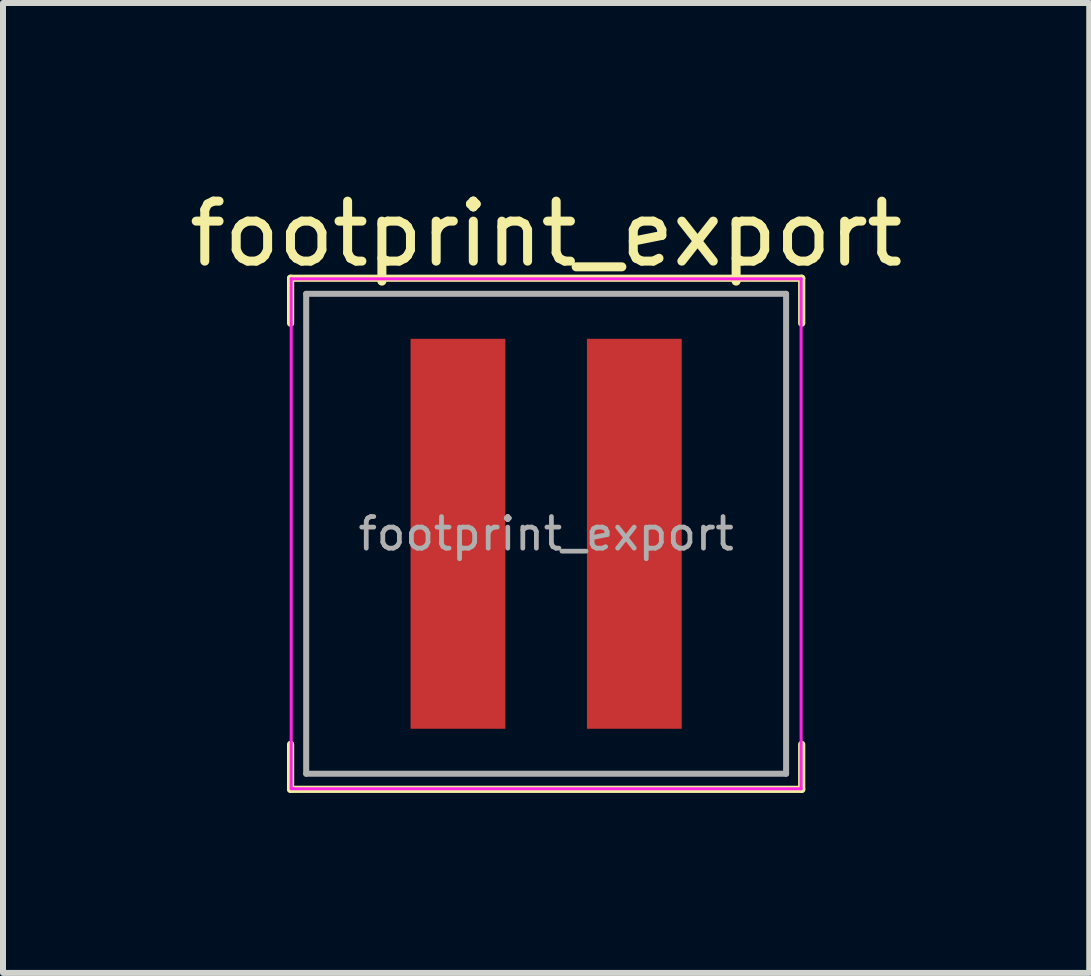
<source format=kicad_pcb>
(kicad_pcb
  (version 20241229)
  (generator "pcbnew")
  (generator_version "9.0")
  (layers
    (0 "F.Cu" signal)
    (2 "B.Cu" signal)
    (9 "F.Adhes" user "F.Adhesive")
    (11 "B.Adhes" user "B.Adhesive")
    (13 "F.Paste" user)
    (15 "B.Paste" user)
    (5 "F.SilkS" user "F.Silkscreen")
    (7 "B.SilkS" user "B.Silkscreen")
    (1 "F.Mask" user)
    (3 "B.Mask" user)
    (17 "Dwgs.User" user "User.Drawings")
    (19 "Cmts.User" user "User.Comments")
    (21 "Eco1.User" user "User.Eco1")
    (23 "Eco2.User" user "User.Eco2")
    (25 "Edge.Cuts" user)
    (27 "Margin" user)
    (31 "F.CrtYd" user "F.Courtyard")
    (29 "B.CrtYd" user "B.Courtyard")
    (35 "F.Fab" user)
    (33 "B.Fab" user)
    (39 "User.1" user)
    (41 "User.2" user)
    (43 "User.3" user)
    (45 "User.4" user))
  (footprint "footprint_export"
    (layer "F.Cu")
    (at 6.054 5.848)
    (property "Reference" "footprint_export" (at 0 -5 0) (layer "F.SilkS") (effects (font (size 1 1) (thickness 0.15))))
    (attr smd)
    (fp_line (start -4.26 -4.26) (end -4.26 -3.51) (stroke (width 0.12) (type solid)) (layer "F.SilkS"))
    (fp_line (start -4.26 -4.26) (end 4.26 -4.26) (stroke (width 0.12) (type solid)) (layer "F.SilkS"))
    (fp_line (start -4.26 4.26) (end -4.26 3.51) (stroke (width 0.12) (type solid)) (layer "F.SilkS"))
    (fp_line (start -4.26 4.26) (end 4.26 4.26) (stroke (width 0.12) (type solid)) (layer "F.SilkS"))
    (fp_line (start 4.26 -4.26) (end 4.26 -3.51) (stroke (width 0.12) (type solid)) (layer "F.SilkS"))
    (fp_line (start 4.26 4.26) (end 4.26 3.51) (stroke (width 0.12) (type solid)) (layer "F.SilkS"))
    (fp_line (start -4.25 -4.25) (end -4.25 4.25) (stroke (width 0.05) (type solid)) (layer "F.CrtYd"))
    (fp_line (start -4.25 4.25) (end 4.25 4.25) (stroke (width 0.05) (type solid)) (layer "F.CrtYd"))
    (fp_line (start 4.25 -4.25) (end -4.25 -4.25) (stroke (width 0.05) (type solid)) (layer "F.CrtYd"))
    (fp_line (start 4.25 4.25) (end 4.25 -4.25) (stroke (width 0.05) (type solid)) (layer "F.CrtYd"))
    (fp_line (start -4 -4) (end -4 4) (stroke (width 0.1) (type solid)) (layer "F.Fab"))
    (fp_line (start -4 4) (end 4 4) (stroke (width 0.1) (type solid)) (layer "F.Fab"))
    (fp_line (start 4 -4) (end -4 -4) (stroke (width 0.1) (type solid)) (layer "F.Fab"))
    (fp_line (start 4 4) (end 4 -4) (stroke (width 0.1) (type solid)) (layer "F.Fab"))
    (fp_text user "${REFERENCE}" (at 0 0 0) (layer "F.Fab") (effects (font (size 0.527 0.527) (thickness 0.079))))
    (pad "1" smd rect (at -1.47 0) (size 1.58 6.5) (layers "F.Cu" "F.Mask" "F.Paste"))
    (pad "2" smd rect (at 1.47 0) (size 1.58 6.5) (layers "F.Cu" "F.Mask" "F.Paste")))
  (gr_rect
    (start -3 -3)
    (end 15.107 13.168)
    (stroke (width 0.1) (type default))
    (fill no)
    (layer "Edge.Cuts")))
</source>
